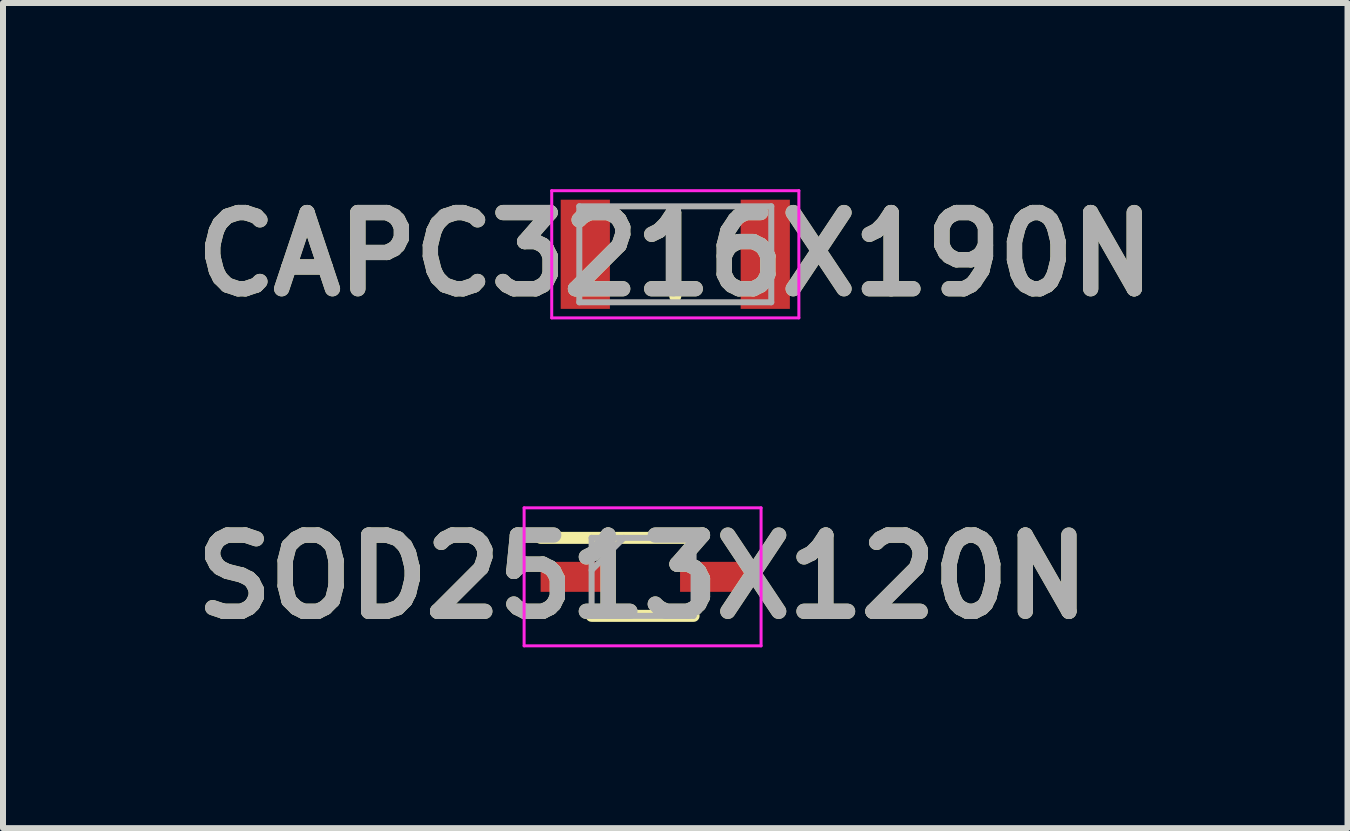
<source format=kicad_pcb>
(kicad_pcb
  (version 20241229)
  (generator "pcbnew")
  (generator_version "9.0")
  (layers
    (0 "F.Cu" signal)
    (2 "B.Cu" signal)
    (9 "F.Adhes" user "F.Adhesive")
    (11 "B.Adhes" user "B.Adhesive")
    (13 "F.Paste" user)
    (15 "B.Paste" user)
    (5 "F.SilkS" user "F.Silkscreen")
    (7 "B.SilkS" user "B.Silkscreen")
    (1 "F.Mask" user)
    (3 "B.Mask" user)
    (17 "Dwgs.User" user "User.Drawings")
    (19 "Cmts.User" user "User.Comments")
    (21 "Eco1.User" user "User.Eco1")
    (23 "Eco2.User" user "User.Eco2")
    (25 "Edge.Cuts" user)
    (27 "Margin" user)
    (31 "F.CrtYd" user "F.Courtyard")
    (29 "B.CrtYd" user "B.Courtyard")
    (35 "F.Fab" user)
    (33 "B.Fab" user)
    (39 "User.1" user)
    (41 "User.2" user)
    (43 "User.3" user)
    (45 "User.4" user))
  (footprint "CAPC3216X190N"
    (layer "F.Cu")
    (at 8.207 1.189)
    (property "Reference" "CAPC3216X190N" (at 0 0 0) (layer "F.SilkS") (effects (font (size 1.27 1.27) (thickness 0.254))))
    (attr smd)
    (fp_line (start 0 -0.7) (end 0 0.7) (stroke (width 0.2) (type solid)) (layer "F.SilkS"))
    (fp_line (start -2.06 -1.06) (end 2.06 -1.06) (stroke (width 0.05) (type solid)) (layer "F.CrtYd"))
    (fp_line (start -2.06 1.06) (end -2.06 -1.06) (stroke (width 0.05) (type solid)) (layer "F.CrtYd"))
    (fp_line (start 2.06 -1.06) (end 2.06 1.06) (stroke (width 0.05) (type solid)) (layer "F.CrtYd"))
    (fp_line (start 2.06 1.06) (end -2.06 1.06) (stroke (width 0.05) (type solid)) (layer "F.CrtYd"))
    (fp_line (start -1.6 -0.8) (end 1.6 -0.8) (stroke (width 0.1) (type solid)) (layer "F.Fab"))
    (fp_line (start -1.6 0.8) (end -1.6 -0.8) (stroke (width 0.1) (type solid)) (layer "F.Fab"))
    (fp_line (start 1.6 -0.8) (end 1.6 0.8) (stroke (width 0.1) (type solid)) (layer "F.Fab"))
    (fp_line (start 1.6 0.8) (end -1.6 0.8) (stroke (width 0.1) (type solid)) (layer "F.Fab"))
    (fp_text user "${REFERENCE}" (at 0 0 0) (layer "F.Fab") (effects (font (size 1.27 1.27) (thickness 0.254))))
    (pad "1" smd rect (at -1.5 0) (size 0.82 1.82) (layers "F.Cu" "F.Mask" "F.Paste"))
    (pad "2" smd rect (at 1.5 0) (size 0.82 1.82) (layers "F.Cu" "F.Mask" "F.Paste")))
  (footprint "SOD2513X120N"
    (layer "F.Cu")
    (at 7.662 6.566)
    (property "Reference" "SOD2513X120N" (at 0 0 0) (layer "F.SilkS") (effects (font (size 1.27 1.27) (thickness 0.254))))
    (attr smd)
    (fp_line (start -1.7 -0.65) (end 0.85 -0.65) (stroke (width 0.2) (type solid)) (layer "F.SilkS"))
    (fp_line (start -0.85 0.65) (end 0.85 0.65) (stroke (width 0.2) (type solid)) (layer "F.SilkS"))
    (fp_line (start -1.975 -1.15) (end 1.975 -1.15) (stroke (width 0.05) (type solid)) (layer "F.CrtYd"))
    (fp_line (start -1.975 1.15) (end -1.975 -1.15) (stroke (width 0.05) (type solid)) (layer "F.CrtYd"))
    (fp_line (start 1.975 -1.15) (end 1.975 1.15) (stroke (width 0.05) (type solid)) (layer "F.CrtYd"))
    (fp_line (start 1.975 1.15) (end -1.975 1.15) (stroke (width 0.05) (type solid)) (layer "F.CrtYd"))
    (fp_line (start -0.85 -0.65) (end 0.85 -0.65) (stroke (width 0.1) (type solid)) (layer "F.Fab"))
    (fp_line (start -0.85 -0.112) (end -0.312 -0.65) (stroke (width 0.1) (type solid)) (layer "F.Fab"))
    (fp_line (start -0.85 0.65) (end -0.85 -0.65) (stroke (width 0.1) (type solid)) (layer "F.Fab"))
    (fp_line (start 0.85 -0.65) (end 0.85 0.65) (stroke (width 0.1) (type solid)) (layer "F.Fab"))
    (fp_line (start 0.85 0.65) (end -0.85 0.65) (stroke (width 0.1) (type solid)) (layer "F.Fab"))
    (fp_text user "${REFERENCE}" (at 0 0 0) (layer "F.Fab") (effects (font (size 1.27 1.27) (thickness 0.254))))
    (pad "1" smd rect (at -1.162 0 90) (size 0.5 1.075) (layers "F.Cu" "F.Mask" "F.Paste"))
    (pad "2" smd rect (at 1.162 0 90) (size 0.5 1.075) (layers "F.Cu" "F.Mask" "F.Paste")))
  (gr_rect
    (start -3 -3)
    (end 19.413 10.755)
    (stroke (width 0.1) (type default))
    (fill no)
    (layer "Edge.Cuts")))
</source>
